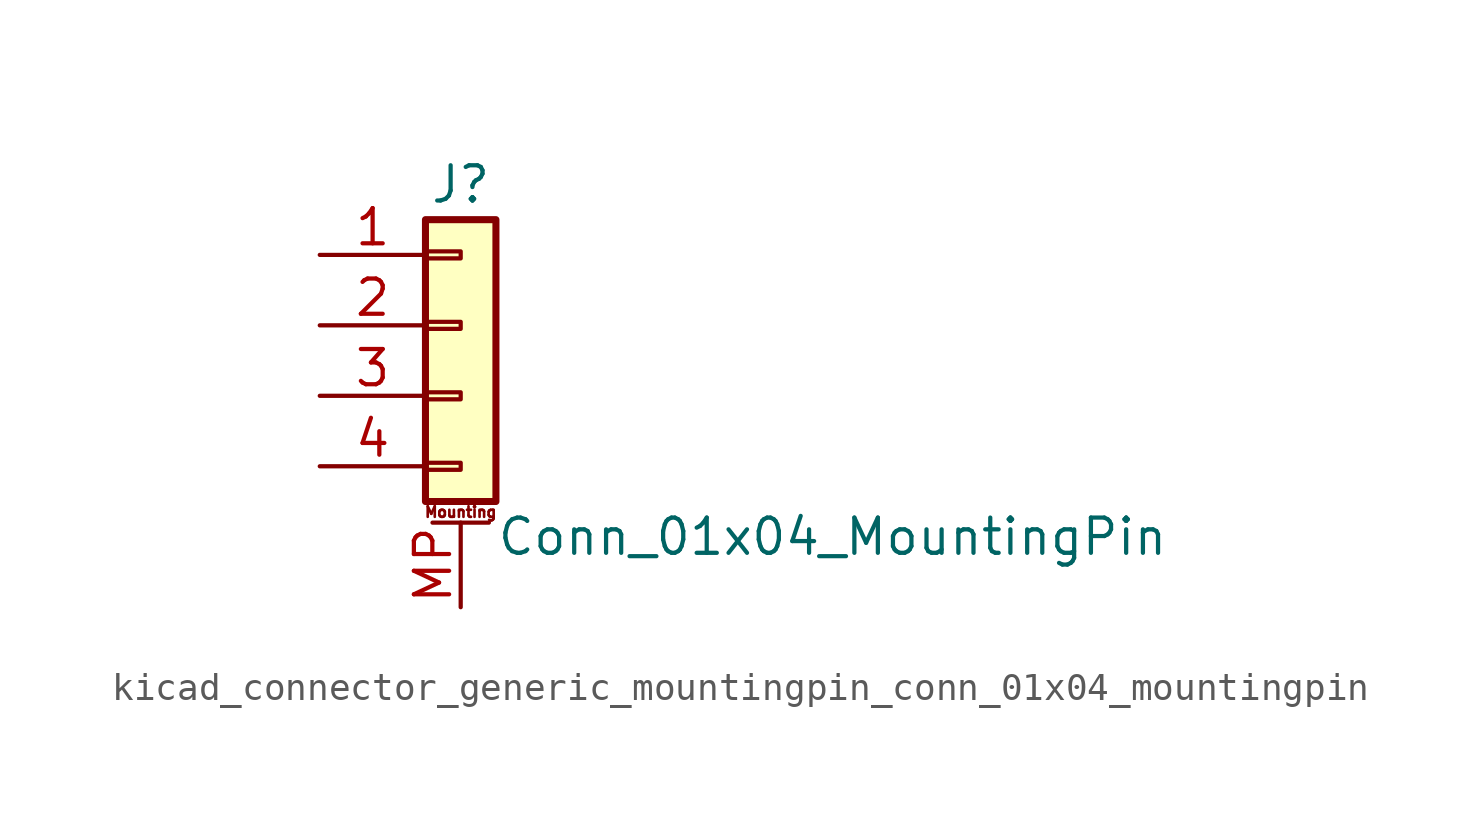
<source format=kicad_sym>
(kicad_symbol_lib
  (version 20220914)
  (generator kicad_symbol_editor)
  (symbol "kicad_connector_generic_mountingpin_conn_01x04_mountingpin"
    (pin_names
      (offset 1.016) hide)
    (property "Reference" "J"
      (at 0 5.08 0)
      (effects (font (size 1.27 1.27))))
    (property "Value" "Conn_01x04_MountingPin"
      (at 1.27 -7.62 0)
      (effects (font (size 1.27 1.27)) (justify left)))
    (symbol "kicad_connector_generic_mountingpin_conn_01x04_mountingpin_1_1"
      (rectangle (start -1.27 -4.953) (end 0 -5.207) (stroke (width 0.152) (type default)) (fill (type none)))
      (rectangle (start -1.27 -2.413) (end 0 -2.667) (stroke (width 0.152) (type default)) (fill (type none)))
      (rectangle (start -1.27 0.127) (end 0 -0.127) (stroke (width 0.152) (type default)) (fill (type none)))
      (rectangle (start -1.27 2.667) (end 0 2.413) (stroke (width 0.152) (type default)) (fill (type none)))
      (rectangle (start -1.27 3.81) (end 1.27 -6.35) (stroke (width 0.254) (type default)) (fill (type background)))
      (polyline (pts (xy -1.016 -7.112) (xy 1.016 -7.112)) (stroke (width 0.152) (type default)) (fill (type none)))
      (text "Mounting" (at 0 -6.731 0) (effects (font (size 0.381 0.381))))
      (pin passive line (at -5.08 2.54 0) (length 3.81) (name "Pin_1" (effects (font (size 1.27 1.27)))) (number "1" (effects (font (size 1.27 1.27)))))
      (pin passive line (at -5.08 0 0) (length 3.81) (name "Pin_2" (effects (font (size 1.27 1.27)))) (number "2" (effects (font (size 1.27 1.27)))))
      (pin passive line (at -5.08 -2.54 0) (length 3.81) (name "Pin_3" (effects (font (size 1.27 1.27)))) (number "3" (effects (font (size 1.27 1.27)))))
      (pin passive line (at -5.08 -5.08 0) (length 3.81) (name "Pin_4" (effects (font (size 1.27 1.27)))) (number "4" (effects (font (size 1.27 1.27)))))
      (pin passive line (at 0 -10.16 90) (length 3.048) (name "MountPin" (effects (font (size 1.27 1.27)))) (number "MP" (effects (font (size 1.27 1.27))))))))
</source>
